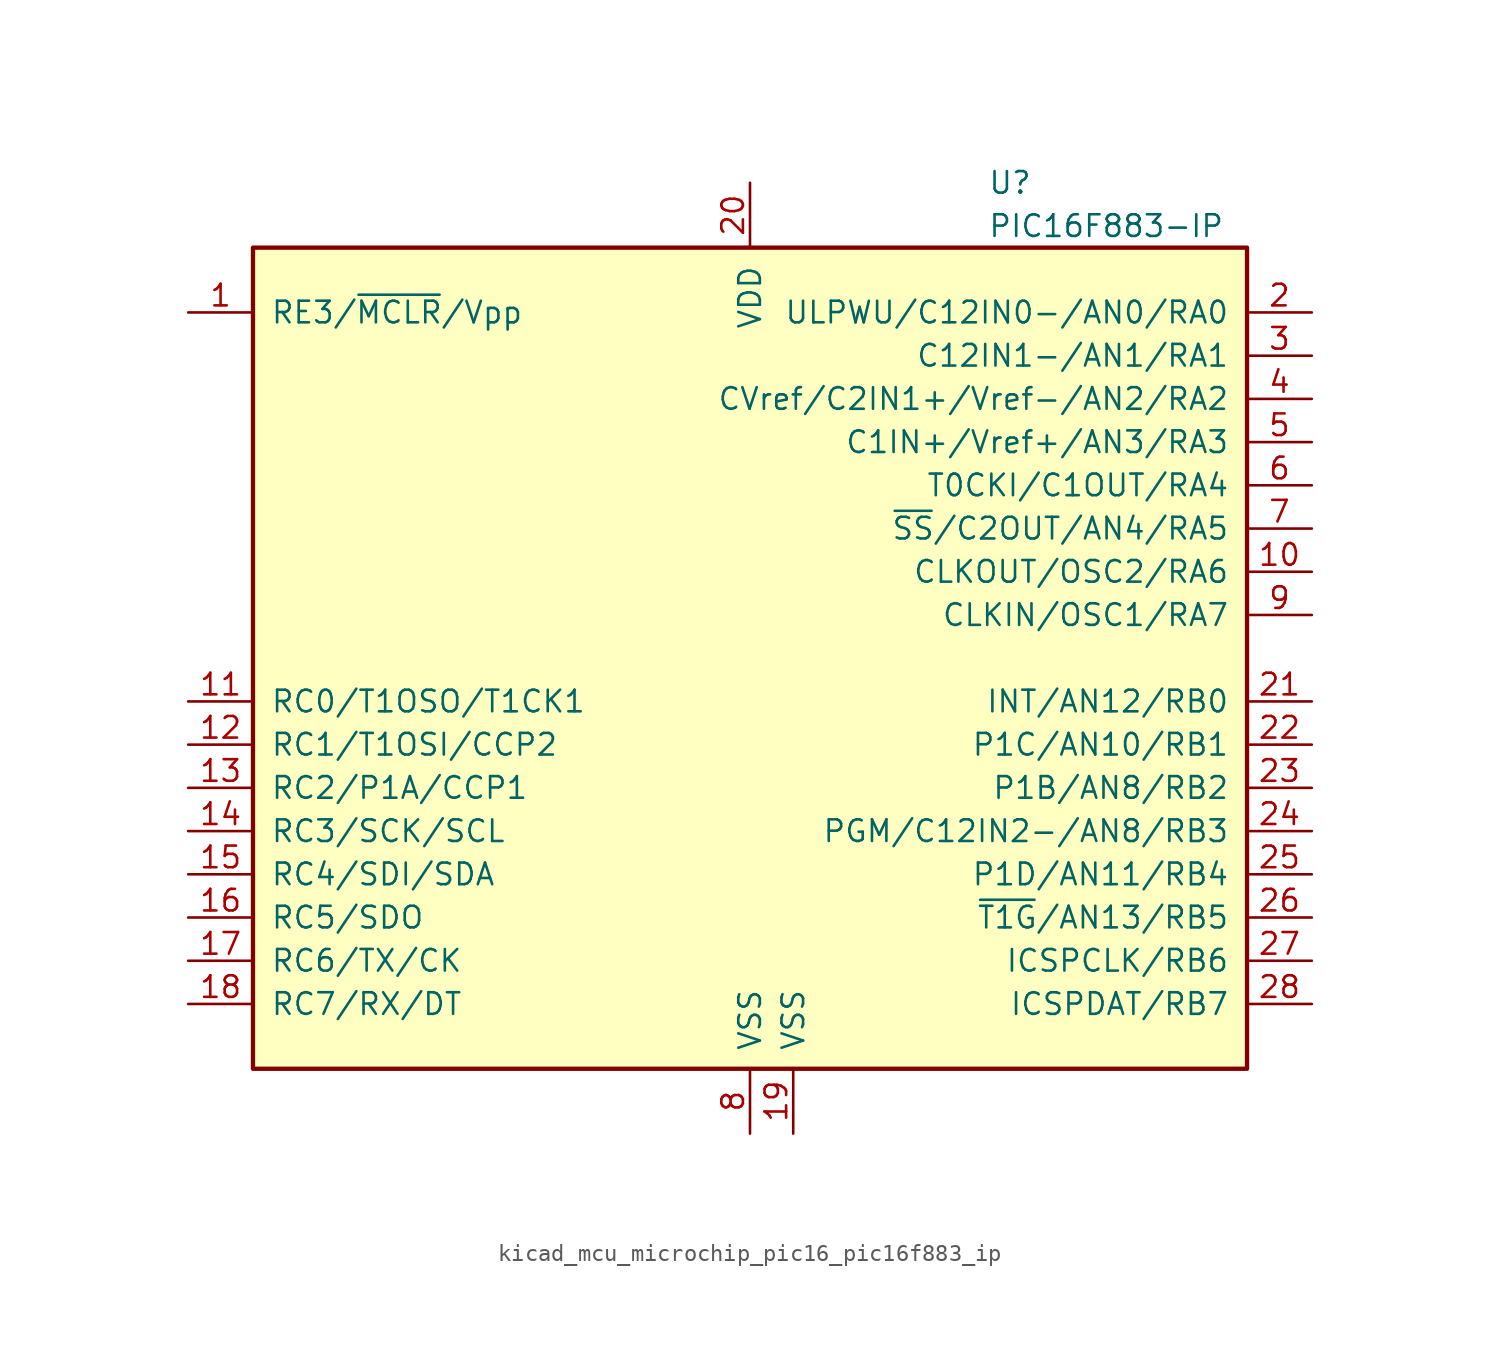
<source format=kicad_sym>
(kicad_symbol_lib
  (version 20220914)
  (generator kicad_symbol_editor)
  (symbol "kicad_mcu_microchip_pic16_pic16f883_ip"
    (pin_names
      (offset 1.016))
    (property "Reference" "U"
      (at 13.97 27.94 0)
      (effects (font (size 1.27 1.27)) (justify left)))
    (property "Value" "PIC16F883-IP"
      (at 13.97 25.4 0)
      (effects (font (size 1.27 1.27)) (justify left)))
    (symbol "kicad_mcu_microchip_pic16_pic16f883_ip_0_1"
      (rectangle (start -29.21 24.13) (end 29.21 -24.13) (stroke (width 0.254) (type default)) (fill (type background))))
    (symbol "kicad_mcu_microchip_pic16_pic16f883_ip_1_1"
      (pin bidirectional line (at -33.02 20.32 0) (length 3.81) (name "RE3/~{MCLR}/Vpp" (effects (font (size 1.27 1.27)))) (number "1" (effects (font (size 1.27 1.27)))))
      (pin bidirectional line (at 33.02 5.08 180) (length 3.81) (name "CLKOUT/OSC2/RA6" (effects (font (size 1.27 1.27)))) (number "10" (effects (font (size 1.27 1.27)))))
      (pin bidirectional line (at -33.02 -2.54 0) (length 3.81) (name "RC0/T1OSO/T1CK1" (effects (font (size 1.27 1.27)))) (number "11" (effects (font (size 1.27 1.27)))))
      (pin bidirectional line (at -33.02 -5.08 0) (length 3.81) (name "RC1/T1OSI/CCP2" (effects (font (size 1.27 1.27)))) (number "12" (effects (font (size 1.27 1.27)))))
      (pin bidirectional line (at -33.02 -7.62 0) (length 3.81) (name "RC2/P1A/CCP1" (effects (font (size 1.27 1.27)))) (number "13" (effects (font (size 1.27 1.27)))))
      (pin bidirectional line (at -33.02 -10.16 0) (length 3.81) (name "RC3/SCK/SCL" (effects (font (size 1.27 1.27)))) (number "14" (effects (font (size 1.27 1.27)))))
      (pin bidirectional line (at -33.02 -12.7 0) (length 3.81) (name "RC4/SDI/SDA" (effects (font (size 1.27 1.27)))) (number "15" (effects (font (size 1.27 1.27)))))
      (pin bidirectional line (at -33.02 -15.24 0) (length 3.81) (name "RC5/SDO" (effects (font (size 1.27 1.27)))) (number "16" (effects (font (size 1.27 1.27)))))
      (pin bidirectional line (at -33.02 -17.78 0) (length 3.81) (name "RC6/TX/CK" (effects (font (size 1.27 1.27)))) (number "17" (effects (font (size 1.27 1.27)))))
      (pin bidirectional line (at -33.02 -20.32 0) (length 3.81) (name "RC7/RX/DT" (effects (font (size 1.27 1.27)))) (number "18" (effects (font (size 1.27 1.27)))))
      (pin power_in line (at 2.54 -27.94 90) (length 3.81) (name "VSS" (effects (font (size 1.27 1.27)))) (number "19" (effects (font (size 1.27 1.27)))))
      (pin bidirectional line (at 33.02 20.32 180) (length 3.81) (name "ULPWU/C12IN0-/AN0/RA0" (effects (font (size 1.27 1.27)))) (number "2" (effects (font (size 1.27 1.27)))))
      (pin power_in line (at 0 27.94 270) (length 3.81) (name "VDD" (effects (font (size 1.27 1.27)))) (number "20" (effects (font (size 1.27 1.27)))))
      (pin bidirectional line (at 33.02 -2.54 180) (length 3.81) (name "INT/AN12/RB0" (effects (font (size 1.27 1.27)))) (number "21" (effects (font (size 1.27 1.27)))))
      (pin bidirectional line (at 33.02 -5.08 180) (length 3.81) (name "P1C/AN10/RB1" (effects (font (size 1.27 1.27)))) (number "22" (effects (font (size 1.27 1.27)))))
      (pin bidirectional line (at 33.02 -7.62 180) (length 3.81) (name "P1B/AN8/RB2" (effects (font (size 1.27 1.27)))) (number "23" (effects (font (size 1.27 1.27)))))
      (pin bidirectional line (at 33.02 -10.16 180) (length 3.81) (name "PGM/C12IN2-/AN8/RB3" (effects (font (size 1.27 1.27)))) (number "24" (effects (font (size 1.27 1.27)))))
      (pin bidirectional line (at 33.02 -12.7 180) (length 3.81) (name "P1D/AN11/RB4" (effects (font (size 1.27 1.27)))) (number "25" (effects (font (size 1.27 1.27)))))
      (pin bidirectional line (at 33.02 -15.24 180) (length 3.81) (name "~{T1G}/AN13/RB5" (effects (font (size 1.27 1.27)))) (number "26" (effects (font (size 1.27 1.27)))))
      (pin bidirectional line (at 33.02 -17.78 180) (length 3.81) (name "ICSPCLK/RB6" (effects (font (size 1.27 1.27)))) (number "27" (effects (font (size 1.27 1.27)))))
      (pin bidirectional line (at 33.02 -20.32 180) (length 3.81) (name "ICSPDAT/RB7" (effects (font (size 1.27 1.27)))) (number "28" (effects (font (size 1.27 1.27)))))
      (pin bidirectional line (at 33.02 17.78 180) (length 3.81) (name "C12IN1-/AN1/RA1" (effects (font (size 1.27 1.27)))) (number "3" (effects (font (size 1.27 1.27)))))
      (pin bidirectional line (at 33.02 15.24 180) (length 3.81) (name "CVref/C2IN1+/Vref-/AN2/RA2" (effects (font (size 1.27 1.27)))) (number "4" (effects (font (size 1.27 1.27)))))
      (pin bidirectional line (at 33.02 12.7 180) (length 3.81) (name "C1IN+/Vref+/AN3/RA3" (effects (font (size 1.27 1.27)))) (number "5" (effects (font (size 1.27 1.27)))))
      (pin bidirectional line (at 33.02 10.16 180) (length 3.81) (name "T0CKI/C1OUT/RA4" (effects (font (size 1.27 1.27)))) (number "6" (effects (font (size 1.27 1.27)))))
      (pin bidirectional line (at 33.02 7.62 180) (length 3.81) (name "~{SS}/C2OUT/AN4/RA5" (effects (font (size 1.27 1.27)))) (number "7" (effects (font (size 1.27 1.27)))))
      (pin power_in line (at 0 -27.94 90) (length 3.81) (name "VSS" (effects (font (size 1.27 1.27)))) (number "8" (effects (font (size 1.27 1.27)))))
      (pin input line (at 33.02 2.54 180) (length 3.81) (name "CLKIN/OSC1/RA7" (effects (font (size 1.27 1.27)))) (number "9" (effects (font (size 1.27 1.27))))))))
</source>
